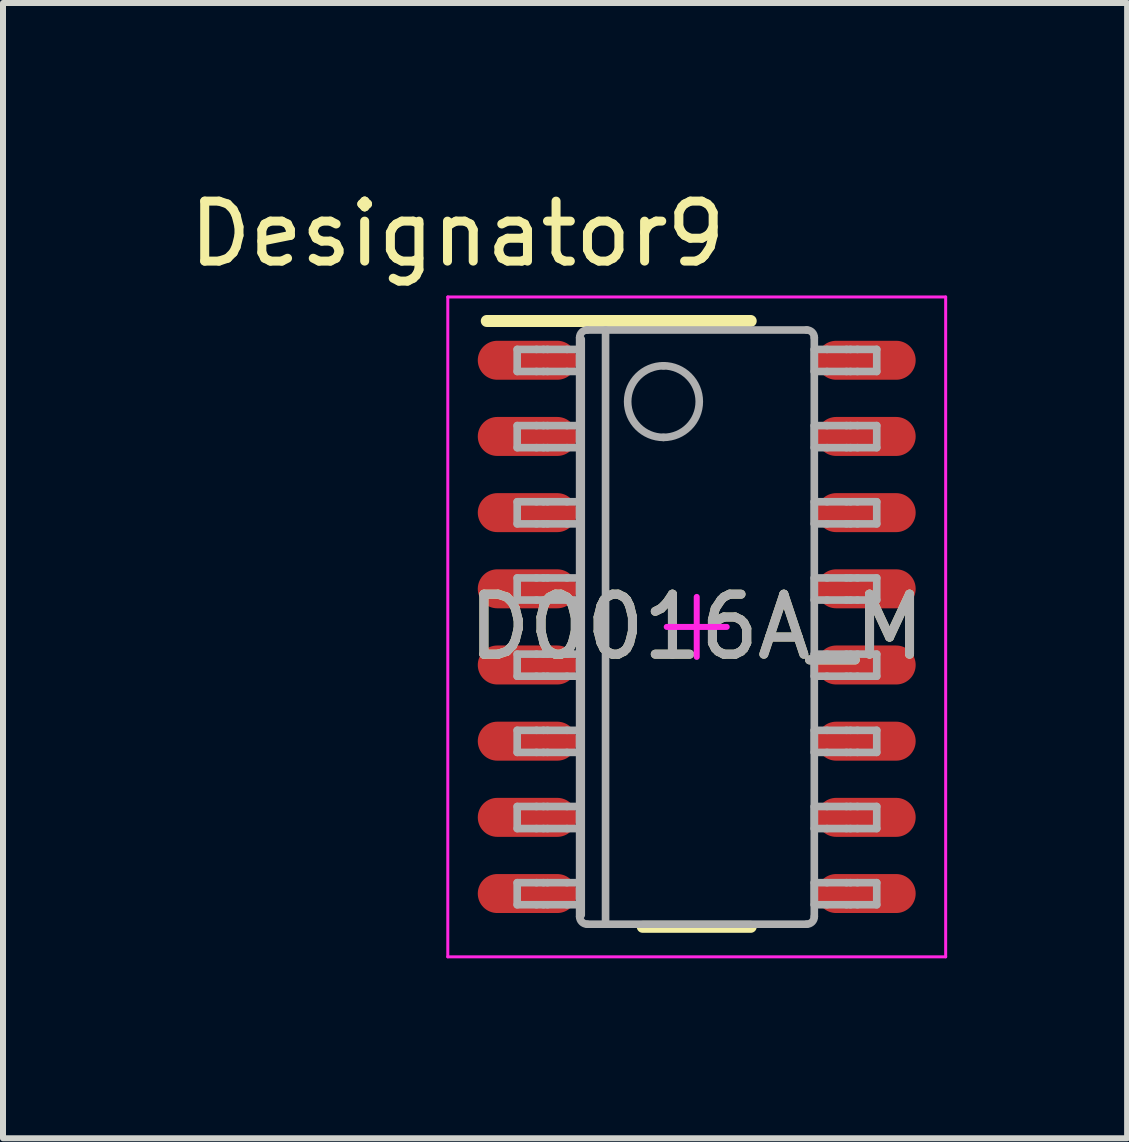
<source format=kicad_pcb>
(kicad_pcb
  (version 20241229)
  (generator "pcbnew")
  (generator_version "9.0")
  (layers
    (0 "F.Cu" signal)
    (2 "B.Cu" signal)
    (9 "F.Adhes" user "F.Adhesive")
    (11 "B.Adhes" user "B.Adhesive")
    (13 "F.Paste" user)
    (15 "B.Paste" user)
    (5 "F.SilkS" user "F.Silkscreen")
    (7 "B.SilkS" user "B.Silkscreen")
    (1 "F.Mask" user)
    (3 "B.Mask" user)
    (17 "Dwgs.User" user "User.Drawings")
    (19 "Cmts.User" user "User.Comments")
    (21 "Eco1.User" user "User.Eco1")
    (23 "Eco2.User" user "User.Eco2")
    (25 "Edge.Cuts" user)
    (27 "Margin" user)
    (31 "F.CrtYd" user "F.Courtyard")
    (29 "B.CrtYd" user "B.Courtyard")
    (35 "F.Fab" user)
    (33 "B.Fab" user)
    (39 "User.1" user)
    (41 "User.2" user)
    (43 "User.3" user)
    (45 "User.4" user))
  (footprint "D0016A_M"
    (layer "F.Cu")
    (at 8.565 7.401)
    (property "Reference" "D0016A_M" (at 0 0 0) (unlocked yes) (layer "F.SilkS") (effects (font (size 1 1) (thickness 0.15))))
    (attr smd)
    (fp_line (start -3.5 -5.1) (end 0.9 -5.1) (stroke (width 0.2) (type solid)) (layer "F.SilkS"))
    (fp_line (start -0.9 5) (end 0.9 5) (stroke (width 0.2) (type solid)) (layer "F.SilkS"))
    (fp_line (start -4.15 -5.5) (end 4.15 -5.5) (stroke (width 0.05) (type solid)) (layer "F.CrtYd"))
    (fp_line (start -4.15 5.5) (end -4.15 -5.5) (stroke (width 0.05) (type solid)) (layer "F.CrtYd"))
    (fp_line (start -4.15 5.5) (end 4.15 5.5) (stroke (width 0.05) (type solid)) (layer "F.CrtYd"))
    (fp_line (start -0.5 0) (end 0.5 0) (stroke (width 0.1) (type solid)) (layer "F.CrtYd"))
    (fp_line (start 0 0.5) (end 0 -0.5) (stroke (width 0.1) (type solid)) (layer "F.CrtYd"))
    (fp_line (start 4.15 5.5) (end 4.15 -5.5) (stroke (width 0.05) (type solid)) (layer "F.CrtYd"))
    (fp_line (start -2.993 -4.626) (end -2.671 -4.626) (stroke (width 0.127) (type solid)) (layer "F.Fab"))
    (fp_line (start -2.993 -4.258) (end -2.993 -4.626) (stroke (width 0.127) (type solid)) (layer "F.Fab"))
    (fp_line (start -2.993 -4.258) (end -2.671 -4.258) (stroke (width 0.127) (type solid)) (layer "F.Fab"))
    (fp_line (start -2.993 -3.356) (end -2.671 -3.356) (stroke (width 0.127) (type solid)) (layer "F.Fab"))
    (fp_line (start -2.993 -2.988) (end -2.993 -3.356) (stroke (width 0.127) (type solid)) (layer "F.Fab"))
    (fp_line (start -2.993 -2.988) (end -2.671 -2.988) (stroke (width 0.127) (type solid)) (layer "F.Fab"))
    (fp_line (start -2.993 -2.086) (end -2.671 -2.086) (stroke (width 0.127) (type solid)) (layer "F.Fab"))
    (fp_line (start -2.993 -1.718) (end -2.993 -2.086) (stroke (width 0.127) (type solid)) (layer "F.Fab"))
    (fp_line (start -2.993 -1.718) (end -2.671 -1.718) (stroke (width 0.127) (type solid)) (layer "F.Fab"))
    (fp_line (start -2.993 -0.816) (end -2.671 -0.816) (stroke (width 0.127) (type solid)) (layer "F.Fab"))
    (fp_line (start -2.993 -0.448) (end -2.993 -0.816) (stroke (width 0.127) (type solid)) (layer "F.Fab"))
    (fp_line (start -2.993 -0.448) (end -2.671 -0.448) (stroke (width 0.127) (type solid)) (layer "F.Fab"))
    (fp_line (start -2.993 0.454) (end -2.671 0.454) (stroke (width 0.127) (type solid)) (layer "F.Fab"))
    (fp_line (start -2.993 0.822) (end -2.993 0.454) (stroke (width 0.127) (type solid)) (layer "F.Fab"))
    (fp_line (start -2.993 0.822) (end -2.671 0.822) (stroke (width 0.127) (type solid)) (layer "F.Fab"))
    (fp_line (start -2.993 1.724) (end -2.671 1.724) (stroke (width 0.127) (type solid)) (layer "F.Fab"))
    (fp_line (start -2.993 2.092) (end -2.993 1.724) (stroke (width 0.127) (type solid)) (layer "F.Fab"))
    (fp_line (start -2.993 2.092) (end -2.671 2.092) (stroke (width 0.127) (type solid)) (layer "F.Fab"))
    (fp_line (start -2.993 2.994) (end -2.671 2.994) (stroke (width 0.127) (type solid)) (layer "F.Fab"))
    (fp_line (start -2.993 3.362) (end -2.993 2.994) (stroke (width 0.127) (type solid)) (layer "F.Fab"))
    (fp_line (start -2.993 3.362) (end -2.671 3.362) (stroke (width 0.127) (type solid)) (layer "F.Fab"))
    (fp_line (start -2.993 4.264) (end -2.671 4.264) (stroke (width 0.127) (type solid)) (layer "F.Fab"))
    (fp_line (start -2.993 4.632) (end -2.993 4.264) (stroke (width 0.127) (type solid)) (layer "F.Fab"))
    (fp_line (start -2.993 4.632) (end -2.671 4.632) (stroke (width 0.127) (type solid)) (layer "F.Fab"))
    (fp_line (start -2.671 -4.626) (end -2.555 -4.626) (stroke (width 0.127) (type solid)) (layer "F.Fab"))
    (fp_line (start -2.671 -4.258) (end -2.555 -4.258) (stroke (width 0.127) (type solid)) (layer "F.Fab"))
    (fp_line (start -2.671 -3.356) (end -2.555 -3.356) (stroke (width 0.127) (type solid)) (layer "F.Fab"))
    (fp_line (start -2.671 -2.988) (end -2.555 -2.988) (stroke (width 0.127) (type solid)) (layer "F.Fab"))
    (fp_line (start -2.671 -2.086) (end -2.555 -2.086) (stroke (width 0.127) (type solid)) (layer "F.Fab"))
    (fp_line (start -2.671 -1.718) (end -2.555 -1.718) (stroke (width 0.127) (type solid)) (layer "F.Fab"))
    (fp_line (start -2.671 -0.816) (end -2.555 -0.816) (stroke (width 0.127) (type solid)) (layer "F.Fab"))
    (fp_line (start -2.671 -0.448) (end -2.555 -0.448) (stroke (width 0.127) (type solid)) (layer "F.Fab"))
    (fp_line (start -2.671 0.454) (end -2.555 0.454) (stroke (width 0.127) (type solid)) (layer "F.Fab"))
    (fp_line (start -2.671 0.822) (end -2.555 0.822) (stroke (width 0.127) (type solid)) (layer "F.Fab"))
    (fp_line (start -2.671 1.724) (end -2.555 1.724) (stroke (width 0.127) (type solid)) (layer "F.Fab"))
    (fp_line (start -2.671 2.092) (end -2.555 2.092) (stroke (width 0.127) (type solid)) (layer "F.Fab"))
    (fp_line (start -2.671 2.994) (end -2.555 2.994) (stroke (width 0.127) (type solid)) (layer "F.Fab"))
    (fp_line (start -2.671 3.362) (end -2.555 3.362) (stroke (width 0.127) (type solid)) (layer "F.Fab"))
    (fp_line (start -2.671 4.264) (end -2.555 4.264) (stroke (width 0.127) (type solid)) (layer "F.Fab"))
    (fp_line (start -2.671 4.632) (end -2.555 4.632) (stroke (width 0.127) (type solid)) (layer "F.Fab"))
    (fp_line (start -2.555 -4.626) (end -2.488 -4.626) (stroke (width 0.127) (type solid)) (layer "F.Fab"))
    (fp_line (start -2.555 -4.258) (end -2.488 -4.258) (stroke (width 0.127) (type solid)) (layer "F.Fab"))
    (fp_line (start -2.555 -3.356) (end -2.488 -3.356) (stroke (width 0.127) (type solid)) (layer "F.Fab"))
    (fp_line (start -2.555 -2.988) (end -2.488 -2.988) (stroke (width 0.127) (type solid)) (layer "F.Fab"))
    (fp_line (start -2.555 -2.086) (end -2.488 -2.086) (stroke (width 0.127) (type solid)) (layer "F.Fab"))
    (fp_line (start -2.555 -1.718) (end -2.488 -1.718) (stroke (width 0.127) (type solid)) (layer "F.Fab"))
    (fp_line (start -2.555 -0.816) (end -2.488 -0.816) (stroke (width 0.127) (type solid)) (layer "F.Fab"))
    (fp_line (start -2.555 -0.448) (end -2.488 -0.448) (stroke (width 0.127) (type solid)) (layer "F.Fab"))
    (fp_line (start -2.555 0.454) (end -2.488 0.454) (stroke (width 0.127) (type solid)) (layer "F.Fab"))
    (fp_line (start -2.555 0.822) (end -2.488 0.822) (stroke (width 0.127) (type solid)) (layer "F.Fab"))
    (fp_line (start -2.555 1.724) (end -2.488 1.724) (stroke (width 0.127) (type solid)) (layer "F.Fab"))
    (fp_line (start -2.555 2.092) (end -2.488 2.092) (stroke (width 0.127) (type solid)) (layer "F.Fab"))
    (fp_line (start -2.555 2.994) (end -2.488 2.994) (stroke (width 0.127) (type solid)) (layer "F.Fab"))
    (fp_line (start -2.555 3.362) (end -2.488 3.362) (stroke (width 0.127) (type solid)) (layer "F.Fab"))
    (fp_line (start -2.555 4.264) (end -2.488 4.264) (stroke (width 0.127) (type solid)) (layer "F.Fab"))
    (fp_line (start -2.555 4.632) (end -2.488 4.632) (stroke (width 0.127) (type solid)) (layer "F.Fab"))
    (fp_line (start -2.488 -4.626) (end -2.163 -4.626) (stroke (width 0.127) (type solid)) (layer "F.Fab"))
    (fp_line (start -2.488 -4.258) (end -2.163 -4.258) (stroke (width 0.127) (type solid)) (layer "F.Fab"))
    (fp_line (start -2.488 -3.356) (end -2.163 -3.356) (stroke (width 0.127) (type solid)) (layer "F.Fab"))
    (fp_line (start -2.488 -2.988) (end -2.163 -2.988) (stroke (width 0.127) (type solid)) (layer "F.Fab"))
    (fp_line (start -2.488 -2.086) (end -2.163 -2.086) (stroke (width 0.127) (type solid)) (layer "F.Fab"))
    (fp_line (start -2.488 -1.718) (end -2.163 -1.718) (stroke (width 0.127) (type solid)) (layer "F.Fab"))
    (fp_line (start -2.488 -0.816) (end -2.163 -0.816) (stroke (width 0.127) (type solid)) (layer "F.Fab"))
    (fp_line (start -2.488 -0.448) (end -2.163 -0.448) (stroke (width 0.127) (type solid)) (layer "F.Fab"))
    (fp_line (start -2.488 0.454) (end -2.163 0.454) (stroke (width 0.127) (type solid)) (layer "F.Fab"))
    (fp_line (start -2.488 0.822) (end -2.163 0.822) (stroke (width 0.127) (type solid)) (layer "F.Fab"))
    (fp_line (start -2.488 1.724) (end -2.163 1.724) (stroke (width 0.127) (type solid)) (layer "F.Fab"))
    (fp_line (start -2.488 2.092) (end -2.163 2.092) (stroke (width 0.127) (type solid)) (layer "F.Fab"))
    (fp_line (start -2.488 2.994) (end -2.163 2.994) (stroke (width 0.127) (type solid)) (layer "F.Fab"))
    (fp_line (start -2.488 3.362) (end -2.163 3.362) (stroke (width 0.127) (type solid)) (layer "F.Fab"))
    (fp_line (start -2.488 4.264) (end -2.163 4.264) (stroke (width 0.127) (type solid)) (layer "F.Fab"))
    (fp_line (start -2.488 4.632) (end -2.163 4.632) (stroke (width 0.127) (type solid)) (layer "F.Fab"))
    (fp_line (start -2.163 -4.626) (end -1.952 -4.626) (stroke (width 0.127) (type solid)) (layer "F.Fab"))
    (fp_line (start -2.163 -4.258) (end -1.952 -4.258) (stroke (width 0.127) (type solid)) (layer "F.Fab"))
    (fp_line (start -2.163 -3.356) (end -1.952 -3.356) (stroke (width 0.127) (type solid)) (layer "F.Fab"))
    (fp_line (start -2.163 -2.988) (end -1.952 -2.988) (stroke (width 0.127) (type solid)) (layer "F.Fab"))
    (fp_line (start -2.163 -2.086) (end -1.952 -2.086) (stroke (width 0.127) (type solid)) (layer "F.Fab"))
    (fp_line (start -2.163 -1.718) (end -1.952 -1.718) (stroke (width 0.127) (type solid)) (layer "F.Fab"))
    (fp_line (start -2.163 -0.816) (end -1.952 -0.816) (stroke (width 0.127) (type solid)) (layer "F.Fab"))
    (fp_line (start -2.163 -0.448) (end -1.952 -0.448) (stroke (width 0.127) (type solid)) (layer "F.Fab"))
    (fp_line (start -2.163 0.454) (end -1.952 0.454) (stroke (width 0.127) (type solid)) (layer "F.Fab"))
    (fp_line (start -2.163 0.822) (end -1.952 0.822) (stroke (width 0.127) (type solid)) (layer "F.Fab"))
    (fp_line (start -2.163 1.724) (end -1.952 1.724) (stroke (width 0.127) (type solid)) (layer "F.Fab"))
    (fp_line (start -2.163 2.092) (end -1.952 2.092) (stroke (width 0.127) (type solid)) (layer "F.Fab"))
    (fp_line (start -2.163 2.994) (end -1.952 2.994) (stroke (width 0.127) (type solid)) (layer "F.Fab"))
    (fp_line (start -2.163 3.362) (end -1.952 3.362) (stroke (width 0.127) (type solid)) (layer "F.Fab"))
    (fp_line (start -2.163 4.264) (end -1.952 4.264) (stroke (width 0.127) (type solid)) (layer "F.Fab"))
    (fp_line (start -2.163 4.632) (end -1.952 4.632) (stroke (width 0.127) (type solid)) (layer "F.Fab"))
    (fp_line (start -1.952 -4.258) (end -1.952 -4.626) (stroke (width 0.127) (type solid)) (layer "F.Fab"))
    (fp_line (start -1.952 -2.988) (end -1.952 -3.356) (stroke (width 0.127) (type solid)) (layer "F.Fab"))
    (fp_line (start -1.952 -1.718) (end -1.952 -2.086) (stroke (width 0.127) (type solid)) (layer "F.Fab"))
    (fp_line (start -1.952 -0.448) (end -1.952 -0.816) (stroke (width 0.127) (type solid)) (layer "F.Fab"))
    (fp_line (start -1.952 0.822) (end -1.952 0.454) (stroke (width 0.127) (type solid)) (layer "F.Fab"))
    (fp_line (start -1.952 2.092) (end -1.952 1.724) (stroke (width 0.127) (type solid)) (layer "F.Fab"))
    (fp_line (start -1.952 3.362) (end -1.952 2.994) (stroke (width 0.127) (type solid)) (layer "F.Fab"))
    (fp_line (start -1.952 4.632) (end -1.952 4.264) (stroke (width 0.127) (type solid)) (layer "F.Fab"))
    (fp_line (start -1.952 4.829) (end -1.952 -4.823) (stroke (width 0.127) (type solid)) (layer "F.Fab"))
    (fp_line (start -1.925 4.803) (end -1.925 -4.797) (stroke (width 0.127) (type solid)) (layer "F.Fab"))
    (fp_line (start -1.825 -4.95) (end 1.834 -4.95) (stroke (width 0.127) (type solid)) (layer "F.Fab"))
    (fp_line (start -1.825 4.956) (end 1.834 4.956) (stroke (width 0.127) (type solid)) (layer "F.Fab"))
    (fp_line (start -1.52 4.956) (end -1.52 -4.95) (stroke (width 0.127) (type solid)) (layer "F.Fab"))
    (fp_line (start 1.96 -4.626) (end 2.172 -4.626) (stroke (width 0.127) (type solid)) (layer "F.Fab"))
    (fp_line (start 1.96 -4.258) (end 1.96 -4.626) (stroke (width 0.127) (type solid)) (layer "F.Fab"))
    (fp_line (start 1.96 -4.258) (end 2.172 -4.258) (stroke (width 0.127) (type solid)) (layer "F.Fab"))
    (fp_line (start 1.96 -3.356) (end 2.172 -3.356) (stroke (width 0.127) (type solid)) (layer "F.Fab"))
    (fp_line (start 1.96 -2.988) (end 1.96 -3.356) (stroke (width 0.127) (type solid)) (layer "F.Fab"))
    (fp_line (start 1.96 -2.988) (end 2.172 -2.988) (stroke (width 0.127) (type solid)) (layer "F.Fab"))
    (fp_line (start 1.96 -2.086) (end 2.172 -2.086) (stroke (width 0.127) (type solid)) (layer "F.Fab"))
    (fp_line (start 1.96 -1.718) (end 1.96 -2.086) (stroke (width 0.127) (type solid)) (layer "F.Fab"))
    (fp_line (start 1.96 -1.718) (end 2.172 -1.718) (stroke (width 0.127) (type solid)) (layer "F.Fab"))
    (fp_line (start 1.96 -0.816) (end 2.172 -0.816) (stroke (width 0.127) (type solid)) (layer "F.Fab"))
    (fp_line (start 1.96 -0.448) (end 1.96 -0.816) (stroke (width 0.127) (type solid)) (layer "F.Fab"))
    (fp_line (start 1.96 -0.448) (end 2.172 -0.448) (stroke (width 0.127) (type solid)) (layer "F.Fab"))
    (fp_line (start 1.96 0.454) (end 2.172 0.454) (stroke (width 0.127) (type solid)) (layer "F.Fab"))
    (fp_line (start 1.96 0.822) (end 1.96 0.454) (stroke (width 0.127) (type solid)) (layer "F.Fab"))
    (fp_line (start 1.96 0.822) (end 2.172 0.822) (stroke (width 0.127) (type solid)) (layer "F.Fab"))
    (fp_line (start 1.96 1.724) (end 2.172 1.724) (stroke (width 0.127) (type solid)) (layer "F.Fab"))
    (fp_line (start 1.96 2.092) (end 1.96 1.724) (stroke (width 0.127) (type solid)) (layer "F.Fab"))
    (fp_line (start 1.96 2.092) (end 2.172 2.092) (stroke (width 0.127) (type solid)) (layer "F.Fab"))
    (fp_line (start 1.96 2.994) (end 2.172 2.994) (stroke (width 0.127) (type solid)) (layer "F.Fab"))
    (fp_line (start 1.96 3.362) (end 1.96 2.994) (stroke (width 0.127) (type solid)) (layer "F.Fab"))
    (fp_line (start 1.96 3.362) (end 2.172 3.362) (stroke (width 0.127) (type solid)) (layer "F.Fab"))
    (fp_line (start 1.96 4.264) (end 2.172 4.264) (stroke (width 0.127) (type solid)) (layer "F.Fab"))
    (fp_line (start 1.96 4.632) (end 1.96 4.264) (stroke (width 0.127) (type solid)) (layer "F.Fab"))
    (fp_line (start 1.96 4.632) (end 2.172 4.632) (stroke (width 0.127) (type solid)) (layer "F.Fab"))
    (fp_line (start 1.96 4.829) (end 1.96 -4.823) (stroke (width 0.127) (type solid)) (layer "F.Fab"))
    (fp_line (start 2.172 -4.626) (end 2.497 -4.626) (stroke (width 0.127) (type solid)) (layer "F.Fab"))
    (fp_line (start 2.172 -4.258) (end 2.497 -4.258) (stroke (width 0.127) (type solid)) (layer "F.Fab"))
    (fp_line (start 2.172 -3.356) (end 2.497 -3.356) (stroke (width 0.127) (type solid)) (layer "F.Fab"))
    (fp_line (start 2.172 -2.988) (end 2.497 -2.988) (stroke (width 0.127) (type solid)) (layer "F.Fab"))
    (fp_line (start 2.172 -2.086) (end 2.497 -2.086) (stroke (width 0.127) (type solid)) (layer "F.Fab"))
    (fp_line (start 2.172 -1.718) (end 2.497 -1.718) (stroke (width 0.127) (type solid)) (layer "F.Fab"))
    (fp_line (start 2.172 -0.816) (end 2.497 -0.816) (stroke (width 0.127) (type solid)) (layer "F.Fab"))
    (fp_line (start 2.172 -0.448) (end 2.497 -0.448) (stroke (width 0.127) (type solid)) (layer "F.Fab"))
    (fp_line (start 2.172 0.454) (end 2.497 0.454) (stroke (width 0.127) (type solid)) (layer "F.Fab"))
    (fp_line (start 2.172 0.822) (end 2.497 0.822) (stroke (width 0.127) (type solid)) (layer "F.Fab"))
    (fp_line (start 2.172 1.724) (end 2.497 1.724) (stroke (width 0.127) (type solid)) (layer "F.Fab"))
    (fp_line (start 2.172 2.092) (end 2.497 2.092) (stroke (width 0.127) (type solid)) (layer "F.Fab"))
    (fp_line (start 2.172 2.994) (end 2.497 2.994) (stroke (width 0.127) (type solid)) (layer "F.Fab"))
    (fp_line (start 2.172 3.362) (end 2.497 3.362) (stroke (width 0.127) (type solid)) (layer "F.Fab"))
    (fp_line (start 2.172 4.264) (end 2.497 4.264) (stroke (width 0.127) (type solid)) (layer "F.Fab"))
    (fp_line (start 2.172 4.632) (end 2.497 4.632) (stroke (width 0.127) (type solid)) (layer "F.Fab"))
    (fp_line (start 2.497 -4.626) (end 2.563 -4.626) (stroke (width 0.127) (type solid)) (layer "F.Fab"))
    (fp_line (start 2.497 -4.258) (end 2.563 -4.258) (stroke (width 0.127) (type solid)) (layer "F.Fab"))
    (fp_line (start 2.497 -3.356) (end 2.563 -3.356) (stroke (width 0.127) (type solid)) (layer "F.Fab"))
    (fp_line (start 2.497 -2.988) (end 2.563 -2.988) (stroke (width 0.127) (type solid)) (layer "F.Fab"))
    (fp_line (start 2.497 -2.086) (end 2.563 -2.086) (stroke (width 0.127) (type solid)) (layer "F.Fab"))
    (fp_line (start 2.497 -1.718) (end 2.563 -1.718) (stroke (width 0.127) (type solid)) (layer "F.Fab"))
    (fp_line (start 2.497 -0.816) (end 2.563 -0.816) (stroke (width 0.127) (type solid)) (layer "F.Fab"))
    (fp_line (start 2.497 -0.448) (end 2.563 -0.448) (stroke (width 0.127) (type solid)) (layer "F.Fab"))
    (fp_line (start 2.497 0.454) (end 2.563 0.454) (stroke (width 0.127) (type solid)) (layer "F.Fab"))
    (fp_line (start 2.497 0.822) (end 2.563 0.822) (stroke (width 0.127) (type solid)) (layer "F.Fab"))
    (fp_line (start 2.497 1.724) (end 2.563 1.724) (stroke (width 0.127) (type solid)) (layer "F.Fab"))
    (fp_line (start 2.497 2.092) (end 2.563 2.092) (stroke (width 0.127) (type solid)) (layer "F.Fab"))
    (fp_line (start 2.497 2.994) (end 2.563 2.994) (stroke (width 0.127) (type solid)) (layer "F.Fab"))
    (fp_line (start 2.497 3.362) (end 2.563 3.362) (stroke (width 0.127) (type solid)) (layer "F.Fab"))
    (fp_line (start 2.497 4.264) (end 2.563 4.264) (stroke (width 0.127) (type solid)) (layer "F.Fab"))
    (fp_line (start 2.497 4.632) (end 2.563 4.632) (stroke (width 0.127) (type solid)) (layer "F.Fab"))
    (fp_line (start 2.563 -4.626) (end 2.679 -4.626) (stroke (width 0.127) (type solid)) (layer "F.Fab"))
    (fp_line (start 2.563 -4.258) (end 2.679 -4.258) (stroke (width 0.127) (type solid)) (layer "F.Fab"))
    (fp_line (start 2.563 -3.356) (end 2.679 -3.356) (stroke (width 0.127) (type solid)) (layer "F.Fab"))
    (fp_line (start 2.563 -2.988) (end 2.679 -2.988) (stroke (width 0.127) (type solid)) (layer "F.Fab"))
    (fp_line (start 2.563 -2.086) (end 2.679 -2.086) (stroke (width 0.127) (type solid)) (layer "F.Fab"))
    (fp_line (start 2.563 -1.718) (end 2.679 -1.718) (stroke (width 0.127) (type solid)) (layer "F.Fab"))
    (fp_line (start 2.563 -0.816) (end 2.679 -0.816) (stroke (width 0.127) (type solid)) (layer "F.Fab"))
    (fp_line (start 2.563 -0.448) (end 2.679 -0.448) (stroke (width 0.127) (type solid)) (layer "F.Fab"))
    (fp_line (start 2.563 0.454) (end 2.679 0.454) (stroke (width 0.127) (type solid)) (layer "F.Fab"))
    (fp_line (start 2.563 0.822) (end 2.679 0.822) (stroke (width 0.127) (type solid)) (layer "F.Fab"))
    (fp_line (start 2.563 1.724) (end 2.679 1.724) (stroke (width 0.127) (type solid)) (layer "F.Fab"))
    (fp_line (start 2.563 2.092) (end 2.679 2.092) (stroke (width 0.127) (type solid)) (layer "F.Fab"))
    (fp_line (start 2.563 2.994) (end 2.679 2.994) (stroke (width 0.127) (type solid)) (layer "F.Fab"))
    (fp_line (start 2.563 3.362) (end 2.679 3.362) (stroke (width 0.127) (type solid)) (layer "F.Fab"))
    (fp_line (start 2.563 4.264) (end 2.679 4.264) (stroke (width 0.127) (type solid)) (layer "F.Fab"))
    (fp_line (start 2.563 4.632) (end 2.679 4.632) (stroke (width 0.127) (type solid)) (layer "F.Fab"))
    (fp_line (start 2.679 -4.626) (end 3.001 -4.626) (stroke (width 0.127) (type solid)) (layer "F.Fab"))
    (fp_line (start 2.679 -4.258) (end 3.001 -4.258) (stroke (width 0.127) (type solid)) (layer "F.Fab"))
    (fp_line (start 2.679 -3.356) (end 3.001 -3.356) (stroke (width 0.127) (type solid)) (layer "F.Fab"))
    (fp_line (start 2.679 -2.988) (end 3.001 -2.988) (stroke (width 0.127) (type solid)) (layer "F.Fab"))
    (fp_line (start 2.679 -2.086) (end 3.001 -2.086) (stroke (width 0.127) (type solid)) (layer "F.Fab"))
    (fp_line (start 2.679 -1.718) (end 3.001 -1.718) (stroke (width 0.127) (type solid)) (layer "F.Fab"))
    (fp_line (start 2.679 -0.816) (end 3.001 -0.816) (stroke (width 0.127) (type solid)) (layer "F.Fab"))
    (fp_line (start 2.679 -0.448) (end 3.001 -0.448) (stroke (width 0.127) (type solid)) (layer "F.Fab"))
    (fp_line (start 2.679 0.454) (end 3.001 0.454) (stroke (width 0.127) (type solid)) (layer "F.Fab"))
    (fp_line (start 2.679 0.822) (end 3.001 0.822) (stroke (width 0.127) (type solid)) (layer "F.Fab"))
    (fp_line (start 2.679 1.724) (end 3.001 1.724) (stroke (width 0.127) (type solid)) (layer "F.Fab"))
    (fp_line (start 2.679 2.092) (end 3.001 2.092) (stroke (width 0.127) (type solid)) (layer "F.Fab"))
    (fp_line (start 2.679 2.994) (end 3.001 2.994) (stroke (width 0.127) (type solid)) (layer "F.Fab"))
    (fp_line (start 2.679 3.362) (end 3.001 3.362) (stroke (width 0.127) (type solid)) (layer "F.Fab"))
    (fp_line (start 2.679 4.264) (end 3.001 4.264) (stroke (width 0.127) (type solid)) (layer "F.Fab"))
    (fp_line (start 2.679 4.632) (end 3.001 4.632) (stroke (width 0.127) (type solid)) (layer "F.Fab"))
    (fp_line (start 3.001 -4.258) (end 3.001 -4.626) (stroke (width 0.127) (type solid)) (layer "F.Fab"))
    (fp_line (start 3.001 -2.988) (end 3.001 -3.356) (stroke (width 0.127) (type solid)) (layer "F.Fab"))
    (fp_line (start 3.001 -1.718) (end 3.001 -2.086) (stroke (width 0.127) (type solid)) (layer "F.Fab"))
    (fp_line (start 3.001 -0.448) (end 3.001 -0.816) (stroke (width 0.127) (type solid)) (layer "F.Fab"))
    (fp_line (start 3.001 0.822) (end 3.001 0.454) (stroke (width 0.127) (type solid)) (layer "F.Fab"))
    (fp_line (start 3.001 2.092) (end 3.001 1.724) (stroke (width 0.127) (type solid)) (layer "F.Fab"))
    (fp_line (start 3.001 3.362) (end 3.001 2.994) (stroke (width 0.127) (type solid)) (layer "F.Fab"))
    (fp_line (start 3.001 4.632) (end 3.001 4.264) (stroke (width 0.127) (type solid)) (layer "F.Fab"))
    (fp_arc (start -1.951542 -4.823482) (mid -1.914335 -4.91281) (end -1.824999 -4.949999) (stroke (width 0.127) (type solid)) (layer "F.Fab"))
    (fp_arc (start -1.824999 4.955999) (mid -1.91434 4.918797) (end -1.951542 4.829456) (stroke (width 0.127) (type solid)) (layer "F.Fab"))
    (fp_arc (start -0.554543 -4.3531) (mid 0.042357 -3.7562) (end -0.554543 -3.1593) (stroke (width 0.127) (type solid)) (layer "F.Fab"))
    (fp_arc (start -0.554543 -3.1593) (mid -1.151443 -3.7562) (end -0.554543 -4.3531) (stroke (width 0.127) (type solid)) (layer "F.Fab"))
    (fp_arc (start 1.833539 -4.949999) (mid 1.922862 -4.912805) (end 1.960056 -4.823482) (stroke (width 0.127) (type solid)) (layer "F.Fab"))
    (fp_arc (start 1.960056 4.829456) (mid 1.922867 4.918792) (end 1.833539 4.955999) (stroke (width 0.127) (type solid)) (layer "F.Fab"))
    (fp_text user "Designator9" (at -3.988 -6.553 0) (unlocked yes) (layer "F.SilkS") (effects (font (size 1 1) (thickness 0.15))))
    (fp_text user "${REFERENCE}" (at 0 0 0) (unlocked yes) (layer "F.Fab") (effects (font (size 1 1) (thickness 0.15))))
    (pad "1" smd oval (at -2.825 -4.445 90) (size 0.65 1.65) (layers "F.Cu" "F.Mask" "F.Paste"))
    (pad "2" smd oval (at -2.825 -3.175 90) (size 0.65 1.65) (layers "F.Cu" "F.Mask" "F.Paste"))
    (pad "3" smd oval (at -2.825 -1.905 90) (size 0.65 1.65) (layers "F.Cu" "F.Mask" "F.Paste"))
    (pad "4" smd oval (at -2.825 -0.635 90) (size 0.65 1.65) (layers "F.Cu" "F.Mask" "F.Paste"))
    (pad "5" smd oval (at -2.825 0.635 90) (size 0.65 1.65) (layers "F.Cu" "F.Mask" "F.Paste"))
    (pad "6" smd oval (at -2.825 1.905 90) (size 0.65 1.65) (layers "F.Cu" "F.Mask" "F.Paste"))
    (pad "7" smd oval (at -2.825 3.175 90) (size 0.65 1.65) (layers "F.Cu" "F.Mask" "F.Paste"))
    (pad "8" smd oval (at -2.825 4.445 90) (size 0.65 1.65) (layers "F.Cu" "F.Mask" "F.Paste"))
    (pad "9" smd oval (at 2.825 4.445 90) (size 0.65 1.65) (layers "F.Cu" "F.Mask" "F.Paste"))
    (pad "10" smd oval (at 2.825 3.175 90) (size 0.65 1.65) (layers "F.Cu" "F.Mask" "F.Paste"))
    (pad "11" smd oval (at 2.825 1.905 90) (size 0.65 1.65) (layers "F.Cu" "F.Mask" "F.Paste"))
    (pad "12" smd oval (at 2.825 0.635 90) (size 0.65 1.65) (layers "F.Cu" "F.Mask" "F.Paste"))
    (pad "13" smd oval (at 2.825 -0.635 90) (size 0.65 1.65) (layers "F.Cu" "F.Mask" "F.Paste"))
    (pad "14" smd oval (at 2.825 -1.905 90) (size 0.65 1.65) (layers "F.Cu" "F.Mask" "F.Paste"))
    (pad "15" smd oval (at 2.825 -3.175 90) (size 0.65 1.65) (layers "F.Cu" "F.Mask" "F.Paste"))
    (pad "16" smd oval (at 2.825 -4.445 90) (size 0.65 1.65) (layers "F.Cu" "F.Mask" "F.Paste")))
  (gr_rect
    (start -3 -3)
    (end 15.74 15.926)
    (stroke (width 0.1) (type default))
    (fill no)
    (layer "Edge.Cuts")))
</source>
